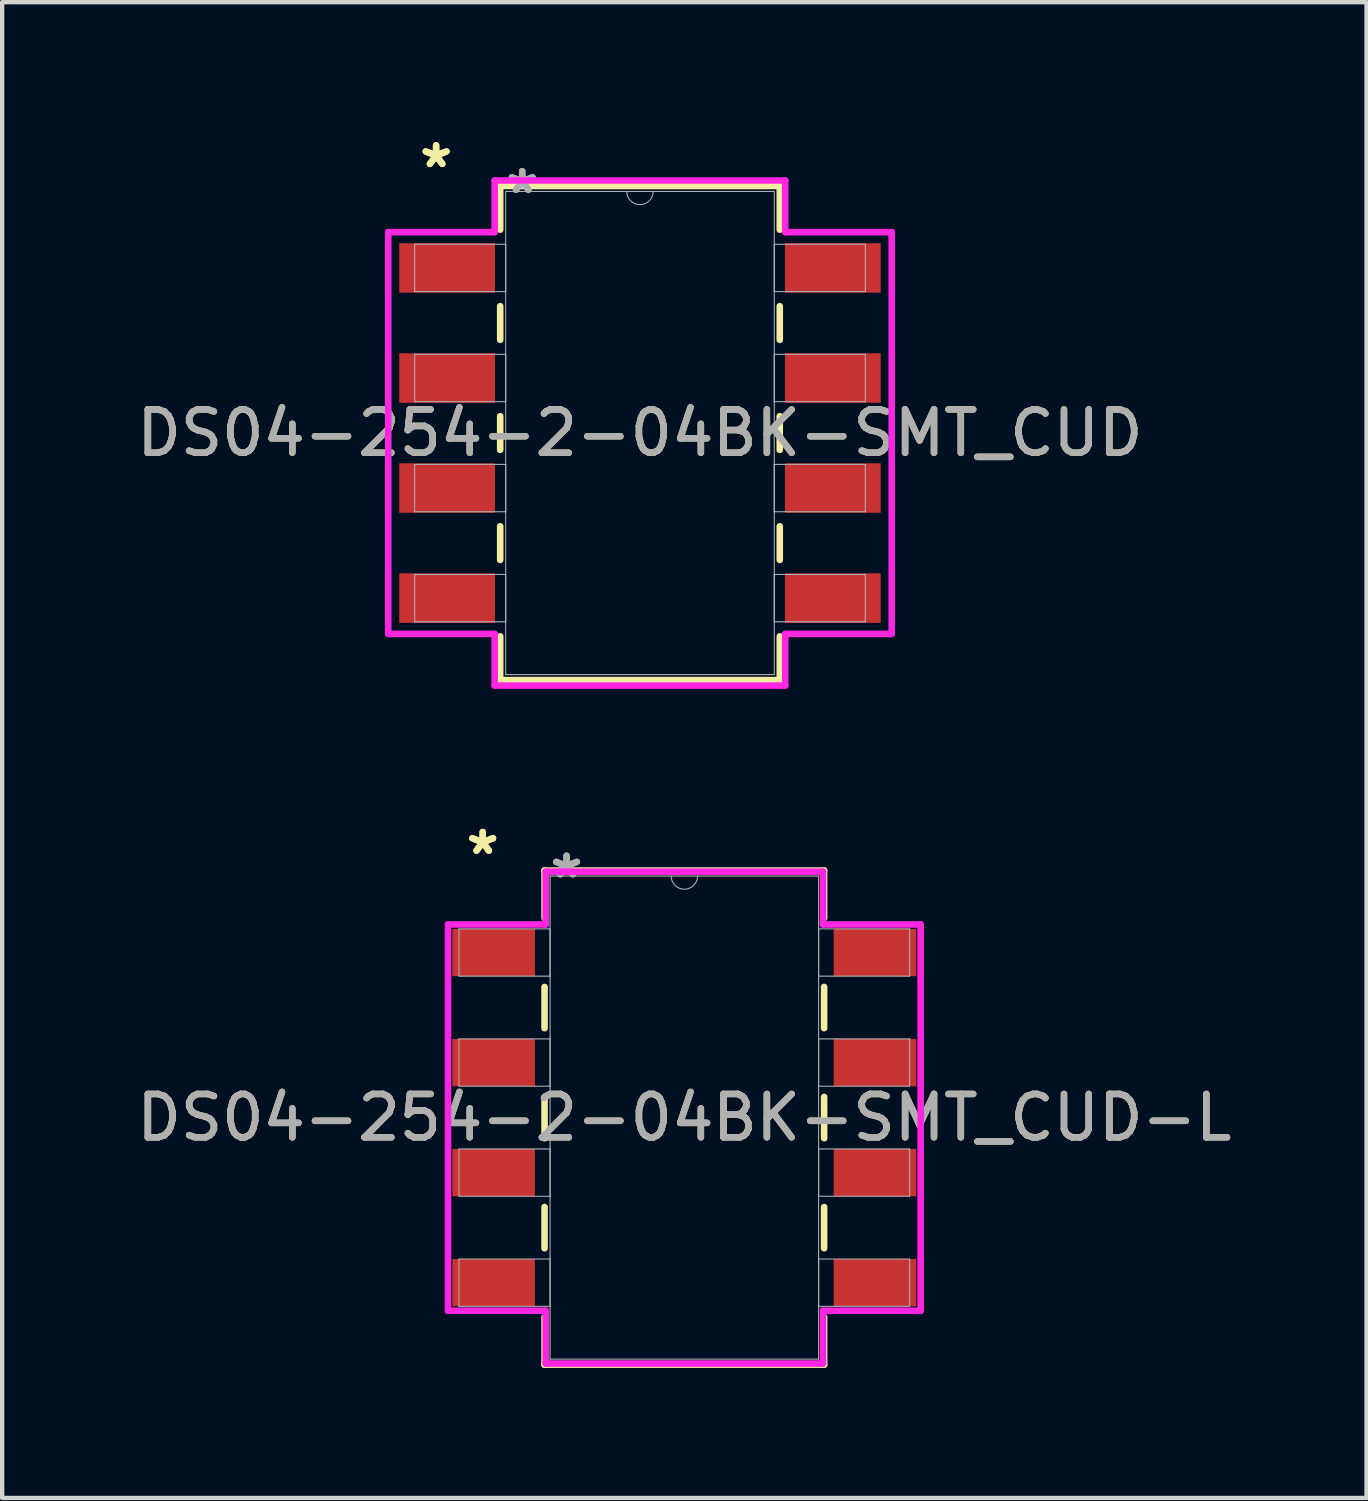
<source format=kicad_pcb>
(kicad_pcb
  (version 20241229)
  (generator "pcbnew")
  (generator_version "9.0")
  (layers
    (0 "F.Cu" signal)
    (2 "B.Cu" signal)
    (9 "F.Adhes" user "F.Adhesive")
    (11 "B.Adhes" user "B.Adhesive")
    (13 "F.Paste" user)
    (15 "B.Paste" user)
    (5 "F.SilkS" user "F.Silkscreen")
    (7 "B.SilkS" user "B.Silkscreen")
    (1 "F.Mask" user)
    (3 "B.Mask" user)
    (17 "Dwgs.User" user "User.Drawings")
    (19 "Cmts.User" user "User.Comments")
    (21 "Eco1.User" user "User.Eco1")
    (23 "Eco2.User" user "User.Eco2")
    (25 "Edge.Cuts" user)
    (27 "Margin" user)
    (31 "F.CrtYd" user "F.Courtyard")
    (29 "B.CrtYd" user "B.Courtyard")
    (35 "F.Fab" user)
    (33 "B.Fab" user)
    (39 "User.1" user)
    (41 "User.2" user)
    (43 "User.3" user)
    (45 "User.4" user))
  (footprint "DS04-254-2-04BK-SMT_CUD-L"
    (layer "F.Cu")
    (at 12.744 22.743)
    (property "Reference" "DS04-254-2-04BK-SMT_CUD-L" (at 0 0 0) (unlocked yes) (layer "F.SilkS") (effects (font (size 1 1) (thickness 0.15))))
    (attr smd)
    (fp_line (start -3.226 -5.702) (end -3.226 -4.604) (stroke (width 0.152) (type solid)) (layer "F.SilkS"))
    (fp_line (start -3.226 -3.016) (end -3.226 -2.064) (stroke (width 0.152) (type solid)) (layer "F.SilkS"))
    (fp_line (start -3.226 -0.476) (end -3.226 0.476) (stroke (width 0.152) (type solid)) (layer "F.SilkS"))
    (fp_line (start -3.226 2.064) (end -3.226 3.016) (stroke (width 0.152) (type solid)) (layer "F.SilkS"))
    (fp_line (start -3.226 4.604) (end -3.226 5.702) (stroke (width 0.152) (type solid)) (layer "F.SilkS"))
    (fp_line (start -3.226 5.702) (end 3.226 5.702) (stroke (width 0.152) (type solid)) (layer "F.SilkS"))
    (fp_line (start 3.226 -5.702) (end -3.226 -5.702) (stroke (width 0.152) (type solid)) (layer "F.SilkS"))
    (fp_line (start 3.226 -4.604) (end 3.226 -5.702) (stroke (width 0.152) (type solid)) (layer "F.SilkS"))
    (fp_line (start 3.226 -2.064) (end 3.226 -3.016) (stroke (width 0.152) (type solid)) (layer "F.SilkS"))
    (fp_line (start 3.226 0.476) (end 3.226 -0.476) (stroke (width 0.152) (type solid)) (layer "F.SilkS"))
    (fp_line (start 3.226 3.016) (end 3.226 2.064) (stroke (width 0.152) (type solid)) (layer "F.SilkS"))
    (fp_line (start 3.226 5.702) (end 3.226 4.604) (stroke (width 0.152) (type solid)) (layer "F.SilkS"))
    (fp_line (start -5.454 -4.458) (end -3.2 -4.458) (stroke (width 0.152) (type solid)) (layer "F.CrtYd"))
    (fp_line (start -5.454 4.458) (end -5.454 -4.458) (stroke (width 0.152) (type solid)) (layer "F.CrtYd"))
    (fp_line (start -5.454 4.458) (end -3.2 4.458) (stroke (width 0.152) (type solid)) (layer "F.CrtYd"))
    (fp_line (start -3.2 -5.677) (end 3.2 -5.677) (stroke (width 0.152) (type solid)) (layer "F.CrtYd"))
    (fp_line (start -3.2 -4.458) (end -3.2 -5.677) (stroke (width 0.152) (type solid)) (layer "F.CrtYd"))
    (fp_line (start -3.2 5.677) (end -3.2 4.458) (stroke (width 0.152) (type solid)) (layer "F.CrtYd"))
    (fp_line (start 3.2 -5.677) (end 3.2 -4.458) (stroke (width 0.152) (type solid)) (layer "F.CrtYd"))
    (fp_line (start 3.2 4.458) (end 3.2 5.677) (stroke (width 0.152) (type solid)) (layer "F.CrtYd"))
    (fp_line (start 3.2 5.677) (end -3.2 5.677) (stroke (width 0.152) (type solid)) (layer "F.CrtYd"))
    (fp_line (start 5.454 -4.458) (end 3.2 -4.458) (stroke (width 0.152) (type solid)) (layer "F.CrtYd"))
    (fp_line (start 5.454 -4.458) (end 5.454 4.458) (stroke (width 0.152) (type solid)) (layer "F.CrtYd"))
    (fp_line (start 5.454 4.458) (end 3.2 4.458) (stroke (width 0.152) (type solid)) (layer "F.CrtYd"))
    (fp_line (start -5.2 -4.356) (end -5.2 -3.264) (stroke (width 0.025) (type solid)) (layer "F.Fab"))
    (fp_line (start -5.2 -3.264) (end -3.099 -3.264) (stroke (width 0.025) (type solid)) (layer "F.Fab"))
    (fp_line (start -5.2 -1.816) (end -5.2 -0.724) (stroke (width 0.025) (type solid)) (layer "F.Fab"))
    (fp_line (start -5.2 -0.724) (end -3.099 -0.724) (stroke (width 0.025) (type solid)) (layer "F.Fab"))
    (fp_line (start -5.2 0.724) (end -5.2 1.816) (stroke (width 0.025) (type solid)) (layer "F.Fab"))
    (fp_line (start -5.2 1.816) (end -3.099 1.816) (stroke (width 0.025) (type solid)) (layer "F.Fab"))
    (fp_line (start -5.2 3.264) (end -5.2 4.356) (stroke (width 0.025) (type solid)) (layer "F.Fab"))
    (fp_line (start -5.2 4.356) (end -3.099 4.356) (stroke (width 0.025) (type solid)) (layer "F.Fab"))
    (fp_line (start -3.099 -5.575) (end -3.099 5.575) (stroke (width 0.025) (type solid)) (layer "F.Fab"))
    (fp_line (start -3.099 -4.356) (end -5.2 -4.356) (stroke (width 0.025) (type solid)) (layer "F.Fab"))
    (fp_line (start -3.099 -3.264) (end -3.099 -4.356) (stroke (width 0.025) (type solid)) (layer "F.Fab"))
    (fp_line (start -3.099 -1.816) (end -5.2 -1.816) (stroke (width 0.025) (type solid)) (layer "F.Fab"))
    (fp_line (start -3.099 -0.724) (end -3.099 -1.816) (stroke (width 0.025) (type solid)) (layer "F.Fab"))
    (fp_line (start -3.099 0.724) (end -5.2 0.724) (stroke (width 0.025) (type solid)) (layer "F.Fab"))
    (fp_line (start -3.099 1.816) (end -3.099 0.724) (stroke (width 0.025) (type solid)) (layer "F.Fab"))
    (fp_line (start -3.099 3.264) (end -5.2 3.264) (stroke (width 0.025) (type solid)) (layer "F.Fab"))
    (fp_line (start -3.099 4.356) (end -3.099 3.264) (stroke (width 0.025) (type solid)) (layer "F.Fab"))
    (fp_line (start -3.099 5.575) (end 3.099 5.575) (stroke (width 0.025) (type solid)) (layer "F.Fab"))
    (fp_line (start 3.099 -5.575) (end -3.099 -5.575) (stroke (width 0.025) (type solid)) (layer "F.Fab"))
    (fp_line (start 3.099 -4.356) (end 3.099 -3.264) (stroke (width 0.025) (type solid)) (layer "F.Fab"))
    (fp_line (start 3.099 -3.264) (end 5.2 -3.264) (stroke (width 0.025) (type solid)) (layer "F.Fab"))
    (fp_line (start 3.099 -1.816) (end 3.099 -0.724) (stroke (width 0.025) (type solid)) (layer "F.Fab"))
    (fp_line (start 3.099 -0.724) (end 5.2 -0.724) (stroke (width 0.025) (type solid)) (layer "F.Fab"))
    (fp_line (start 3.099 0.724) (end 3.099 1.816) (stroke (width 0.025) (type solid)) (layer "F.Fab"))
    (fp_line (start 3.099 1.816) (end 5.2 1.816) (stroke (width 0.025) (type solid)) (layer "F.Fab"))
    (fp_line (start 3.099 3.264) (end 3.099 4.356) (stroke (width 0.025) (type solid)) (layer "F.Fab"))
    (fp_line (start 3.099 4.356) (end 5.2 4.356) (stroke (width 0.025) (type solid)) (layer "F.Fab"))
    (fp_line (start 3.099 5.575) (end 3.099 -5.575) (stroke (width 0.025) (type solid)) (layer "F.Fab"))
    (fp_line (start 5.2 -4.356) (end 3.099 -4.356) (stroke (width 0.025) (type solid)) (layer "F.Fab"))
    (fp_line (start 5.2 -3.264) (end 5.2 -4.356) (stroke (width 0.025) (type solid)) (layer "F.Fab"))
    (fp_line (start 5.2 -1.816) (end 3.099 -1.816) (stroke (width 0.025) (type solid)) (layer "F.Fab"))
    (fp_line (start 5.2 -0.724) (end 5.2 -1.816) (stroke (width 0.025) (type solid)) (layer "F.Fab"))
    (fp_line (start 5.2 0.724) (end 3.099 0.724) (stroke (width 0.025) (type solid)) (layer "F.Fab"))
    (fp_line (start 5.2 1.816) (end 5.2 0.724) (stroke (width 0.025) (type solid)) (layer "F.Fab"))
    (fp_line (start 5.2 3.264) (end 3.099 3.264) (stroke (width 0.025) (type solid)) (layer "F.Fab"))
    (fp_line (start 5.2 4.356) (end 5.2 3.264) (stroke (width 0.025) (type solid)) (layer "F.Fab"))
    (fp_arc (start 0.3048 -5.5753) (mid 0 -5.2705) (end -0.3048 -5.5753) (stroke (width 0.0254) (type solid)) (layer "F.Fab"))
    (fp_text user "*" (at -4.654 -6.045 0) (layer "F.SilkS") (effects (font (size 1 1) (thickness 0.15))))
    (fp_text user "*" (at -4.654 -6.045 0) (unlocked yes) (layer "F.SilkS") (effects (font (size 1 1) (thickness 0.15))))
    (fp_text user "*" (at -2.718 -5.499 0) (unlocked yes) (layer "F.Fab") (effects (font (size 1 1) (thickness 0.15))))
    (fp_text user "*" (at -2.718 -5.499 0) (layer "F.Fab") (effects (font (size 1 1) (thickness 0.15))))
    (fp_text user "${REFERENCE}" (at 0 0 0) (unlocked yes) (layer "F.Fab") (effects (font (size 1 1) (thickness 0.15))))
    (pad "1" smd rect (at -4.4 -3.81) (size 1.905 1.092) (layers "F.Cu" "F.Mask" "F.Paste"))
    (pad "2" smd rect (at -4.4 -1.27) (size 1.905 1.092) (layers "F.Cu" "F.Mask" "F.Paste"))
    (pad "3" smd rect (at -4.4 1.27) (size 1.905 1.092) (layers "F.Cu" "F.Mask" "F.Paste"))
    (pad "4" smd rect (at -4.4 3.81) (size 1.905 1.092) (layers "F.Cu" "F.Mask" "F.Paste"))
    (pad "5" smd rect (at 4.4 3.81) (size 1.905 1.092) (layers "F.Cu" "F.Mask" "F.Paste"))
    (pad "6" smd rect (at 4.4 1.27) (size 1.905 1.092) (layers "F.Cu" "F.Mask" "F.Paste"))
    (pad "7" smd rect (at 4.4 -1.27) (size 1.905 1.092) (layers "F.Cu" "F.Mask" "F.Paste"))
    (pad "8" smd rect (at 4.4 -3.81) (size 1.905 1.092) (layers "F.Cu" "F.Mask" "F.Paste")))
  (footprint "DS04-254-2-04BK-SMT_CUD"
    (layer "F.Cu")
    (at 11.72 6.944)
    (property "Reference" "DS04-254-2-04BK-SMT_CUD" (at 0 0 0) (unlocked yes) (layer "F.SilkS") (effects (font (size 1 1) (thickness 0.15))))
    (attr smd)
    (fp_line (start -3.226 -5.702) (end -3.226 -4.692) (stroke (width 0.152) (type solid)) (layer "F.SilkS"))
    (fp_line (start -3.226 -2.928) (end -3.226 -2.152) (stroke (width 0.152) (type solid)) (layer "F.SilkS"))
    (fp_line (start -3.226 -0.388) (end -3.226 0.388) (stroke (width 0.152) (type solid)) (layer "F.SilkS"))
    (fp_line (start -3.226 2.152) (end -3.226 2.928) (stroke (width 0.152) (type solid)) (layer "F.SilkS"))
    (fp_line (start -3.226 4.692) (end -3.226 5.702) (stroke (width 0.152) (type solid)) (layer "F.SilkS"))
    (fp_line (start -3.226 5.702) (end 3.226 5.702) (stroke (width 0.152) (type solid)) (layer "F.SilkS"))
    (fp_line (start 3.226 -5.702) (end -3.226 -5.702) (stroke (width 0.152) (type solid)) (layer "F.SilkS"))
    (fp_line (start 3.226 -4.692) (end 3.226 -5.702) (stroke (width 0.152) (type solid)) (layer "F.SilkS"))
    (fp_line (start 3.226 -2.152) (end 3.226 -2.928) (stroke (width 0.152) (type solid)) (layer "F.SilkS"))
    (fp_line (start 3.226 0.388) (end 3.226 -0.388) (stroke (width 0.152) (type solid)) (layer "F.SilkS"))
    (fp_line (start 3.226 2.928) (end 3.226 2.152) (stroke (width 0.152) (type solid)) (layer "F.SilkS"))
    (fp_line (start 3.226 5.702) (end 3.226 4.692) (stroke (width 0.152) (type solid)) (layer "F.SilkS"))
    (fp_line (start -5.81 -4.636) (end -3.353 -4.636) (stroke (width 0.152) (type solid)) (layer "F.CrtYd"))
    (fp_line (start -5.81 4.636) (end -5.81 -4.636) (stroke (width 0.152) (type solid)) (layer "F.CrtYd"))
    (fp_line (start -5.81 4.636) (end -3.353 4.636) (stroke (width 0.152) (type solid)) (layer "F.CrtYd"))
    (fp_line (start -3.353 -5.829) (end 3.353 -5.829) (stroke (width 0.152) (type solid)) (layer "F.CrtYd"))
    (fp_line (start -3.353 -4.636) (end -3.353 -5.829) (stroke (width 0.152) (type solid)) (layer "F.CrtYd"))
    (fp_line (start -3.353 5.829) (end -3.353 4.636) (stroke (width 0.152) (type solid)) (layer "F.CrtYd"))
    (fp_line (start 3.353 -5.829) (end 3.353 -4.636) (stroke (width 0.152) (type solid)) (layer "F.CrtYd"))
    (fp_line (start 3.353 4.636) (end 3.353 5.829) (stroke (width 0.152) (type solid)) (layer "F.CrtYd"))
    (fp_line (start 3.353 5.829) (end -3.353 5.829) (stroke (width 0.152) (type solid)) (layer "F.CrtYd"))
    (fp_line (start 5.81 -4.636) (end 3.353 -4.636) (stroke (width 0.152) (type solid)) (layer "F.CrtYd"))
    (fp_line (start 5.81 -4.636) (end 5.81 4.636) (stroke (width 0.152) (type solid)) (layer "F.CrtYd"))
    (fp_line (start 5.81 4.636) (end 3.353 4.636) (stroke (width 0.152) (type solid)) (layer "F.CrtYd"))
    (fp_line (start -5.2 -4.356) (end -5.2 -3.264) (stroke (width 0.025) (type solid)) (layer "F.Fab"))
    (fp_line (start -5.2 -3.264) (end -3.099 -3.264) (stroke (width 0.025) (type solid)) (layer "F.Fab"))
    (fp_line (start -5.2 -1.816) (end -5.2 -0.724) (stroke (width 0.025) (type solid)) (layer "F.Fab"))
    (fp_line (start -5.2 -0.724) (end -3.099 -0.724) (stroke (width 0.025) (type solid)) (layer "F.Fab"))
    (fp_line (start -5.2 0.724) (end -5.2 1.816) (stroke (width 0.025) (type solid)) (layer "F.Fab"))
    (fp_line (start -5.2 1.816) (end -3.099 1.816) (stroke (width 0.025) (type solid)) (layer "F.Fab"))
    (fp_line (start -5.2 3.264) (end -5.2 4.356) (stroke (width 0.025) (type solid)) (layer "F.Fab"))
    (fp_line (start -5.2 4.356) (end -3.099 4.356) (stroke (width 0.025) (type solid)) (layer "F.Fab"))
    (fp_line (start -3.099 -5.575) (end -3.099 5.575) (stroke (width 0.025) (type solid)) (layer "F.Fab"))
    (fp_line (start -3.099 -4.356) (end -5.2 -4.356) (stroke (width 0.025) (type solid)) (layer "F.Fab"))
    (fp_line (start -3.099 -3.264) (end -3.099 -4.356) (stroke (width 0.025) (type solid)) (layer "F.Fab"))
    (fp_line (start -3.099 -1.816) (end -5.2 -1.816) (stroke (width 0.025) (type solid)) (layer "F.Fab"))
    (fp_line (start -3.099 -0.724) (end -3.099 -1.816) (stroke (width 0.025) (type solid)) (layer "F.Fab"))
    (fp_line (start -3.099 0.724) (end -5.2 0.724) (stroke (width 0.025) (type solid)) (layer "F.Fab"))
    (fp_line (start -3.099 1.816) (end -3.099 0.724) (stroke (width 0.025) (type solid)) (layer "F.Fab"))
    (fp_line (start -3.099 3.264) (end -5.2 3.264) (stroke (width 0.025) (type solid)) (layer "F.Fab"))
    (fp_line (start -3.099 4.356) (end -3.099 3.264) (stroke (width 0.025) (type solid)) (layer "F.Fab"))
    (fp_line (start -3.099 5.575) (end 3.099 5.575) (stroke (width 0.025) (type solid)) (layer "F.Fab"))
    (fp_line (start 3.099 -5.575) (end -3.099 -5.575) (stroke (width 0.025) (type solid)) (layer "F.Fab"))
    (fp_line (start 3.099 -4.356) (end 3.099 -3.264) (stroke (width 0.025) (type solid)) (layer "F.Fab"))
    (fp_line (start 3.099 -3.264) (end 5.2 -3.264) (stroke (width 0.025) (type solid)) (layer "F.Fab"))
    (fp_line (start 3.099 -1.816) (end 3.099 -0.724) (stroke (width 0.025) (type solid)) (layer "F.Fab"))
    (fp_line (start 3.099 -0.724) (end 5.2 -0.724) (stroke (width 0.025) (type solid)) (layer "F.Fab"))
    (fp_line (start 3.099 0.724) (end 3.099 1.816) (stroke (width 0.025) (type solid)) (layer "F.Fab"))
    (fp_line (start 3.099 1.816) (end 5.2 1.816) (stroke (width 0.025) (type solid)) (layer "F.Fab"))
    (fp_line (start 3.099 3.264) (end 3.099 4.356) (stroke (width 0.025) (type solid)) (layer "F.Fab"))
    (fp_line (start 3.099 4.356) (end 5.2 4.356) (stroke (width 0.025) (type solid)) (layer "F.Fab"))
    (fp_line (start 3.099 5.575) (end 3.099 -5.575) (stroke (width 0.025) (type solid)) (layer "F.Fab"))
    (fp_line (start 5.2 -4.356) (end 3.099 -4.356) (stroke (width 0.025) (type solid)) (layer "F.Fab"))
    (fp_line (start 5.2 -3.264) (end 5.2 -4.356) (stroke (width 0.025) (type solid)) (layer "F.Fab"))
    (fp_line (start 5.2 -1.816) (end 3.099 -1.816) (stroke (width 0.025) (type solid)) (layer "F.Fab"))
    (fp_line (start 5.2 -0.724) (end 5.2 -1.816) (stroke (width 0.025) (type solid)) (layer "F.Fab"))
    (fp_line (start 5.2 0.724) (end 3.099 0.724) (stroke (width 0.025) (type solid)) (layer "F.Fab"))
    (fp_line (start 5.2 1.816) (end 5.2 0.724) (stroke (width 0.025) (type solid)) (layer "F.Fab"))
    (fp_line (start 5.2 3.264) (end 3.099 3.264) (stroke (width 0.025) (type solid)) (layer "F.Fab"))
    (fp_line (start 5.2 4.356) (end 5.2 3.264) (stroke (width 0.025) (type solid)) (layer "F.Fab"))
    (fp_arc (start 0.3048 -5.5753) (mid 0 -5.2705) (end -0.3048 -5.5753) (stroke (width 0.0254) (type solid)) (layer "F.Fab"))
    (fp_text user "*" (at -4.705 -6.096 0) (unlocked yes) (layer "F.SilkS") (effects (font (size 1 1) (thickness 0.15))))
    (fp_text user "*" (at -4.705 -6.096 0) (layer "F.SilkS") (effects (font (size 1 1) (thickness 0.15))))
    (fp_text user "${REFERENCE}" (at 0 0 0) (unlocked yes) (layer "F.Fab") (effects (font (size 1 1) (thickness 0.15))))
    (fp_text user "*" (at -2.718 -5.499 0) (unlocked yes) (layer "F.Fab") (effects (font (size 1 1) (thickness 0.15))))
    (fp_text user "*" (at -2.718 -5.499 0) (layer "F.Fab") (effects (font (size 1 1) (thickness 0.15))))
    (pad "1" smd rect (at -4.451 -3.81) (size 2.21 1.143) (layers "F.Cu" "F.Mask" "F.Paste"))
    (pad "2" smd rect (at -4.451 -1.27) (size 2.21 1.143) (layers "F.Cu" "F.Mask" "F.Paste"))
    (pad "3" smd rect (at -4.451 1.27) (size 2.21 1.143) (layers "F.Cu" "F.Mask" "F.Paste"))
    (pad "4" smd rect (at -4.451 3.81) (size 2.21 1.143) (layers "F.Cu" "F.Mask" "F.Paste"))
    (pad "5" smd rect (at 4.451 3.81) (size 2.21 1.143) (layers "F.Cu" "F.Mask" "F.Paste"))
    (pad "6" smd rect (at 4.451 1.27) (size 2.21 1.143) (layers "F.Cu" "F.Mask" "F.Paste"))
    (pad "7" smd rect (at 4.451 -1.27) (size 2.21 1.143) (layers "F.Cu" "F.Mask" "F.Paste"))
    (pad "8" smd rect (at 4.451 -3.81) (size 2.21 1.143) (layers "F.Cu" "F.Mask" "F.Paste")))
  (gr_rect
    (start -3 -3)
    (end 28.488 31.522)
    (stroke (width 0.1) (type default))
    (fill no)
    (layer "Edge.Cuts")))
</source>
